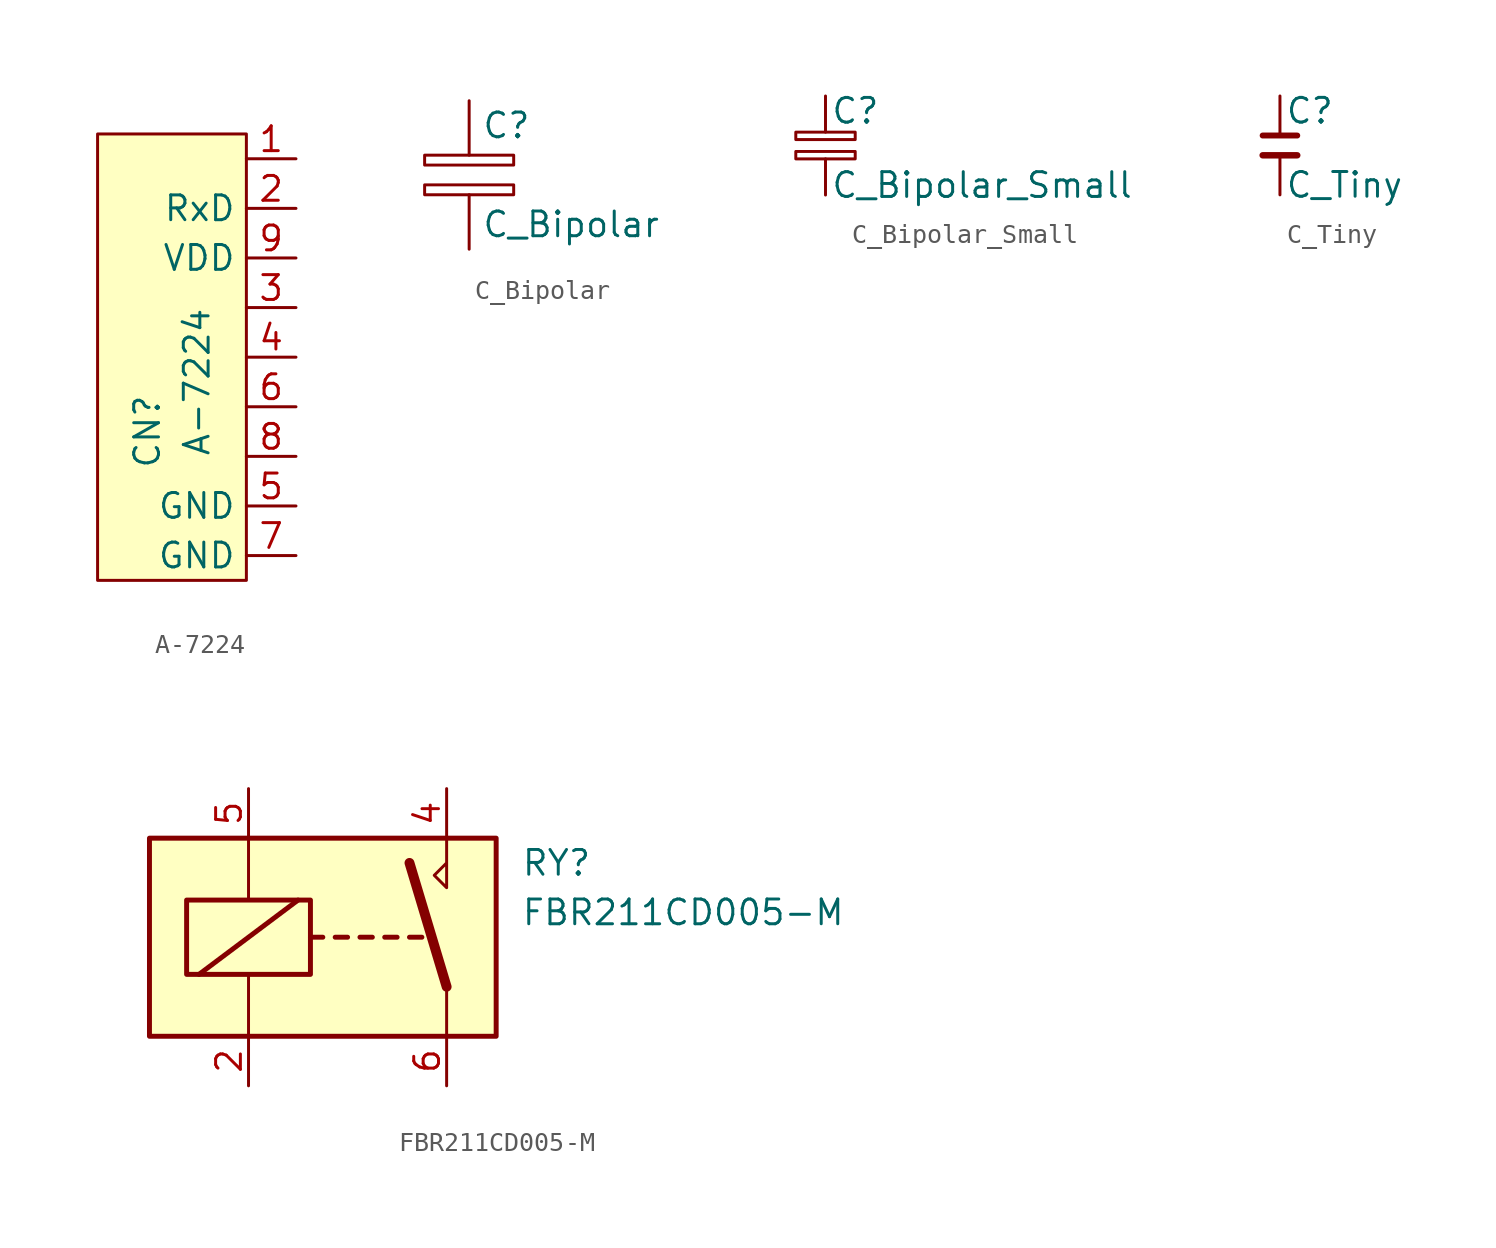
<source format=kicad_sym>
(kicad_symbol_lib
  (version 20211014)
  (generator kicad_symbol_editor)
  (symbol "A-7224"
    (property "Reference" "CN"
      (at -2.54 -3.81 90)
      (effects (font (size 1.27 1.27))))
    (property "Value" "A-7224"
      (at 0 -1.27 90)
      (effects (font (size 1.27 1.27))))
    (symbol "A-7224_0_1"
      (rectangle (start -5.08 11.43) (end 2.54 -11.43) (stroke (width 0) (type default) (color 0 0 0 0)) (fill (type background))))
    (symbol "A-7224_1_1"
      (pin passive line (at 5.08 10.16 180) (length 2.54) (name "" (effects (font (size 1.27 1.27)))) (number "1" (effects (font (size 1.27 1.27)))))
      (pin passive line (at 5.08 7.62 180) (length 2.54) (name "RxD" (effects (font (size 1.27 1.27)))) (number "2" (effects (font (size 1.27 1.27)))))
      (pin passive line (at 5.08 2.54 180) (length 2.54) (name "" (effects (font (size 1.27 1.27)))) (number "3" (effects (font (size 1.27 1.27)))))
      (pin passive line (at 5.08 0 180) (length 2.54) (name "" (effects (font (size 1.27 1.27)))) (number "4" (effects (font (size 1.27 1.27)))))
      (pin passive line (at 5.08 -7.62 180) (length 2.54) (name "GND" (effects (font (size 1.27 1.27)))) (number "5" (effects (font (size 1.27 1.27)))))
      (pin passive line (at 5.08 -2.54 180) (length 2.54) (name "" (effects (font (size 1.27 1.27)))) (number "6" (effects (font (size 1.27 1.27)))))
      (pin passive line (at 5.08 -10.16 180) (length 2.54) (name "GND" (effects (font (size 1.27 1.27)))) (number "7" (effects (font (size 1.27 1.27)))))
      (pin passive line (at 5.08 -5.08 180) (length 2.54) (name "" (effects (font (size 1.27 1.27)))) (number "8" (effects (font (size 1.27 1.27)))))
      (pin passive line (at 5.08 5.08 180) (length 2.54) (name "VDD" (effects (font (size 1.27 1.27)))) (number "9" (effects (font (size 1.27 1.27)))))))
  (symbol "C_Bipolar"
    (pin_numbers hide)
    (pin_names
      (offset 0.254))
    (property "Reference" "C"
      (at 0.635 2.54 0)
      (effects (font (size 1.27 1.27)) (justify left)))
    (property "Value" "C_Bipolar"
      (at 0.635 -2.54 0)
      (effects (font (size 1.27 1.27)) (justify left)))
    (symbol "C_Bipolar_0_1"
      (rectangle (start -2.286 0.508) (end 2.286 1.016) (stroke (width 0) (type default) (color 0 0 0 0)) (fill (type none)))
      (rectangle (start 2.286 -0.508) (end -2.286 -1.016) (stroke (width 0) (type default) (color 0 0 0 0)) (fill (type none))))
    (symbol "C_Bipolar_1_1"
      (pin passive line (at 0 3.81 270) (length 2.794) (name "~" (effects (font (size 1.27 1.27)))) (number "1" (effects (font (size 1.27 1.27)))))
      (pin passive line (at 0 -3.81 90) (length 2.794) (name "~" (effects (font (size 1.27 1.27)))) (number "2" (effects (font (size 1.27 1.27)))))))
  (symbol "C_Bipolar_Small"
    (pin_numbers hide)
    (pin_names
      (offset 0.254) hide)
    (property "Reference" "C"
      (at 0.254 1.778 0)
      (effects (font (size 1.27 1.27)) (justify left)))
    (property "Value" "C_Bipolar_Small"
      (at 0.254 -2.032 0)
      (effects (font (size 1.27 1.27)) (justify left)))
    (symbol "C_Bipolar_Small_0_1"
      (rectangle (start -1.524 -0.305) (end 1.524 -0.686) (stroke (width 0) (type default) (color 0 0 0 0)) (fill (type none)))
      (rectangle (start -1.524 0.686) (end 1.524 0.305) (stroke (width 0) (type default) (color 0 0 0 0)) (fill (type none))))
    (symbol "C_Bipolar_Small_1_1"
      (pin passive line (at 0 2.54 270) (length 1.854) (name "~" (effects (font (size 1.27 1.27)))) (number "1" (effects (font (size 1.27 1.27)))))
      (pin passive line (at 0 -2.54 90) (length 1.854) (name "~" (effects (font (size 1.27 1.27)))) (number "2" (effects (font (size 1.27 1.27)))))))
  (symbol "C_Tiny"
    (pin_numbers hide)
    (pin_names
      (offset 0.254) hide)
    (property "Reference" "C"
      (at 0.254 1.778 0)
      (effects (font (size 1.27 1.27)) (justify left)))
    (property "Value" "C_Tiny"
      (at 0.254 -2.032 0)
      (effects (font (size 1.27 1.27)) (justify left)))
    (symbol "C_Tiny_0_1"
      (polyline (pts (xy -0.889 -0.508) (xy 0.889 -0.508)) (stroke (width 0.33) (type default) (color 0 0 0 0)) (fill (type none)))
      (polyline (pts (xy -0.889 0.508) (xy 0.889 0.508)) (stroke (width 0.305) (type default) (color 0 0 0 0)) (fill (type none))))
    (symbol "C_Tiny_1_1"
      (pin passive line (at 0 2.54 270) (length 2.032) (name "~" (effects (font (size 1.27 1.27)))) (number "1" (effects (font (size 1.27 1.27)))))
      (pin passive line (at 0 -2.54 90) (length 2.032) (name "~" (effects (font (size 1.27 1.27)))) (number "2" (effects (font (size 1.27 1.27)))))))
  (symbol "FBR211CD005-M"
    (property "Reference" "RY"
      (at 8.89 3.81 0)
      (effects (font (size 1.27 1.27)) (justify left)))
    (property "Value" "FBR211CD005-M"
      (at 8.89 1.27 0)
      (effects (font (size 1.27 1.27)) (justify left)))
    (symbol "FBR211CD005-M_0_0"
      (polyline (pts (xy 5.08 5.08) (xy 5.08 2.54) (xy 4.445 3.175) (xy 5.08 3.81)) (stroke (width 0) (type default) (color 0 0 0 0)) (fill (type none))))
    (symbol "FBR211CD005-M_0_1"
      (rectangle (start -10.16 5.08) (end 7.62 -5.08) (stroke (width 0.254) (type default) (color 0 0 0 0)) (fill (type background)))
      (rectangle (start -8.255 1.905) (end -1.905 -1.905) (stroke (width 0.254) (type default) (color 0 0 0 0)) (fill (type none)))
      (polyline (pts (xy -7.62 -1.905) (xy -2.54 1.905)) (stroke (width 0.254) (type default) (color 0 0 0 0)) (fill (type none)))
      (polyline (pts (xy -5.08 -5.08) (xy -5.08 -1.905)) (stroke (width 0) (type default) (color 0 0 0 0)) (fill (type none)))
      (polyline (pts (xy -5.08 5.08) (xy -5.08 1.905)) (stroke (width 0) (type default) (color 0 0 0 0)) (fill (type none)))
      (polyline (pts (xy -1.905 0) (xy -1.27 0)) (stroke (width 0.254) (type default) (color 0 0 0 0)) (fill (type none)))
      (polyline (pts (xy -0.635 0) (xy 0 0)) (stroke (width 0.254) (type default) (color 0 0 0 0)) (fill (type none)))
      (polyline (pts (xy 0.635 0) (xy 1.27 0)) (stroke (width 0.254) (type default) (color 0 0 0 0)) (fill (type none)))
      (polyline (pts (xy 1.905 0) (xy 2.54 0)) (stroke (width 0.254) (type default) (color 0 0 0 0)) (fill (type none)))
      (polyline (pts (xy 3.175 0) (xy 3.81 0)) (stroke (width 0.254) (type default) (color 0 0 0 0)) (fill (type none)))
      (polyline (pts (xy 5.08 -2.54) (xy 3.175 3.81)) (stroke (width 0.508) (type default) (color 0 0 0 0)) (fill (type none)))
      (polyline (pts (xy 5.08 -2.54) (xy 5.08 -5.08)) (stroke (width 0) (type default) (color 0 0 0 0)) (fill (type none))))
    (symbol "FBR211CD005-M_1_1"
      (pin passive line (at -5.08 -7.62 90) (length 2.54) (name "~" (effects (font (size 1.27 1.27)))) (number "2" (effects (font (size 1.27 1.27)))))
      (pin passive line (at 5.08 7.62 270) (length 2.54) (name "~" (effects (font (size 1.27 1.27)))) (number "4" (effects (font (size 1.27 1.27)))))
      (pin passive line (at -5.08 7.62 270) (length 2.54) (name "~" (effects (font (size 1.27 1.27)))) (number "5" (effects (font (size 1.27 1.27)))))
      (pin passive line (at 5.08 -7.62 90) (length 2.54) (name "~" (effects (font (size 1.27 1.27)))) (number "6" (effects (font (size 1.27 1.27))))))))
</source>
